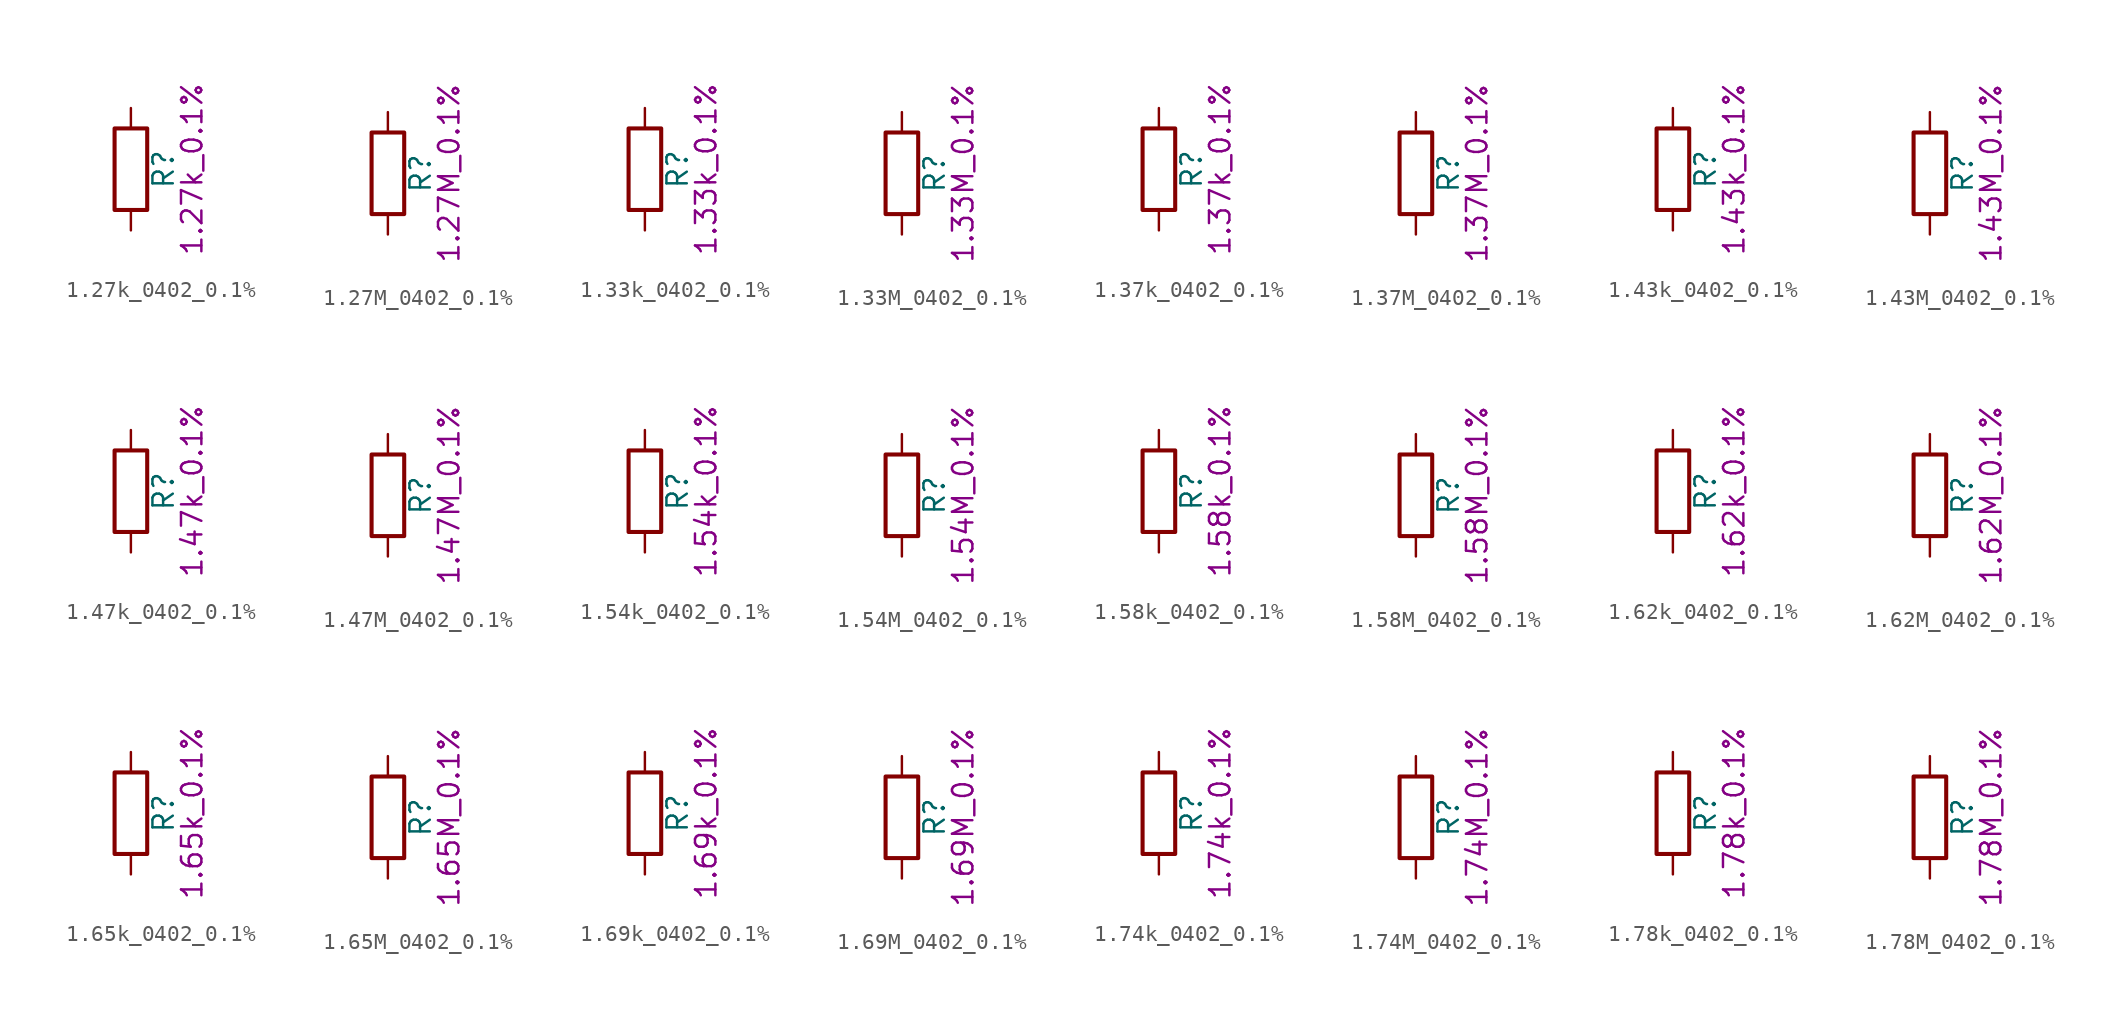
<source format=kicad_sym>
(kicad_symbol_lib
  (version 20211014)
  (generator kicad_symbol_editor)
  (symbol "1.27k_0402_0.1%"
    (pin_numbers hide)
    (pin_names
      (offset 0))
    (property "Reference" "R"
      (at 2.032 0 90)
      (effects (font (size 1.27 1.27))))
    (property "Display" "1.27k_0.1%"
      (at 3.81 0 90)
      (effects (font (size 1.27 1.27))))
    (symbol "1.27k_0402_0.1%_0_1"
      (rectangle (start -1.016 -2.54) (end 1.016 2.54) (stroke (width 0.254) (type default) (color 0 0 0 0)) (fill (type none))))
    (symbol "1.27k_0402_0.1%_1_1"
      (pin passive line (at 0 3.81 270) (length 1.27) (name "~" (effects (font (size 1.27 1.27)))) (number "1" (effects (font (size 1.27 1.27)))))
      (pin passive line (at 0 -3.81 90) (length 1.27) (name "~" (effects (font (size 1.27 1.27)))) (number "2" (effects (font (size 1.27 1.27)))))))
  (symbol "1.27M_0402_0.1%"
    (pin_numbers hide)
    (pin_names
      (offset 0))
    (property "Reference" "R"
      (at 2.032 0 90)
      (effects (font (size 1.27 1.27))))
    (property "Display" "1.27M_0.1%"
      (at 3.81 0 90)
      (effects (font (size 1.27 1.27))))
    (symbol "1.27M_0402_0.1%_0_1"
      (rectangle (start -1.016 -2.54) (end 1.016 2.54) (stroke (width 0.254) (type default) (color 0 0 0 0)) (fill (type none))))
    (symbol "1.27M_0402_0.1%_1_1"
      (pin passive line (at 0 3.81 270) (length 1.27) (name "~" (effects (font (size 1.27 1.27)))) (number "1" (effects (font (size 1.27 1.27)))))
      (pin passive line (at 0 -3.81 90) (length 1.27) (name "~" (effects (font (size 1.27 1.27)))) (number "2" (effects (font (size 1.27 1.27)))))))
  (symbol "1.33k_0402_0.1%"
    (pin_numbers hide)
    (pin_names
      (offset 0))
    (property "Reference" "R"
      (at 2.032 0 90)
      (effects (font (size 1.27 1.27))))
    (property "Display" "1.33k_0.1%"
      (at 3.81 0 90)
      (effects (font (size 1.27 1.27))))
    (symbol "1.33k_0402_0.1%_0_1"
      (rectangle (start -1.016 -2.54) (end 1.016 2.54) (stroke (width 0.254) (type default) (color 0 0 0 0)) (fill (type none))))
    (symbol "1.33k_0402_0.1%_1_1"
      (pin passive line (at 0 3.81 270) (length 1.27) (name "~" (effects (font (size 1.27 1.27)))) (number "1" (effects (font (size 1.27 1.27)))))
      (pin passive line (at 0 -3.81 90) (length 1.27) (name "~" (effects (font (size 1.27 1.27)))) (number "2" (effects (font (size 1.27 1.27)))))))
  (symbol "1.33M_0402_0.1%"
    (pin_numbers hide)
    (pin_names
      (offset 0))
    (property "Reference" "R"
      (at 2.032 0 90)
      (effects (font (size 1.27 1.27))))
    (property "Display" "1.33M_0.1%"
      (at 3.81 0 90)
      (effects (font (size 1.27 1.27))))
    (symbol "1.33M_0402_0.1%_0_1"
      (rectangle (start -1.016 -2.54) (end 1.016 2.54) (stroke (width 0.254) (type default) (color 0 0 0 0)) (fill (type none))))
    (symbol "1.33M_0402_0.1%_1_1"
      (pin passive line (at 0 3.81 270) (length 1.27) (name "~" (effects (font (size 1.27 1.27)))) (number "1" (effects (font (size 1.27 1.27)))))
      (pin passive line (at 0 -3.81 90) (length 1.27) (name "~" (effects (font (size 1.27 1.27)))) (number "2" (effects (font (size 1.27 1.27)))))))
  (symbol "1.37k_0402_0.1%"
    (pin_numbers hide)
    (pin_names
      (offset 0))
    (property "Reference" "R"
      (at 2.032 0 90)
      (effects (font (size 1.27 1.27))))
    (property "Display" "1.37k_0.1%"
      (at 3.81 0 90)
      (effects (font (size 1.27 1.27))))
    (symbol "1.37k_0402_0.1%_0_1"
      (rectangle (start -1.016 -2.54) (end 1.016 2.54) (stroke (width 0.254) (type default) (color 0 0 0 0)) (fill (type none))))
    (symbol "1.37k_0402_0.1%_1_1"
      (pin passive line (at 0 3.81 270) (length 1.27) (name "~" (effects (font (size 1.27 1.27)))) (number "1" (effects (font (size 1.27 1.27)))))
      (pin passive line (at 0 -3.81 90) (length 1.27) (name "~" (effects (font (size 1.27 1.27)))) (number "2" (effects (font (size 1.27 1.27)))))))
  (symbol "1.37M_0402_0.1%"
    (pin_numbers hide)
    (pin_names
      (offset 0))
    (property "Reference" "R"
      (at 2.032 0 90)
      (effects (font (size 1.27 1.27))))
    (property "Display" "1.37M_0.1%"
      (at 3.81 0 90)
      (effects (font (size 1.27 1.27))))
    (symbol "1.37M_0402_0.1%_0_1"
      (rectangle (start -1.016 -2.54) (end 1.016 2.54) (stroke (width 0.254) (type default) (color 0 0 0 0)) (fill (type none))))
    (symbol "1.37M_0402_0.1%_1_1"
      (pin passive line (at 0 3.81 270) (length 1.27) (name "~" (effects (font (size 1.27 1.27)))) (number "1" (effects (font (size 1.27 1.27)))))
      (pin passive line (at 0 -3.81 90) (length 1.27) (name "~" (effects (font (size 1.27 1.27)))) (number "2" (effects (font (size 1.27 1.27)))))))
  (symbol "1.43k_0402_0.1%"
    (pin_numbers hide)
    (pin_names
      (offset 0))
    (property "Reference" "R"
      (at 2.032 0 90)
      (effects (font (size 1.27 1.27))))
    (property "Display" "1.43k_0.1%"
      (at 3.81 0 90)
      (effects (font (size 1.27 1.27))))
    (symbol "1.43k_0402_0.1%_0_1"
      (rectangle (start -1.016 -2.54) (end 1.016 2.54) (stroke (width 0.254) (type default) (color 0 0 0 0)) (fill (type none))))
    (symbol "1.43k_0402_0.1%_1_1"
      (pin passive line (at 0 3.81 270) (length 1.27) (name "~" (effects (font (size 1.27 1.27)))) (number "1" (effects (font (size 1.27 1.27)))))
      (pin passive line (at 0 -3.81 90) (length 1.27) (name "~" (effects (font (size 1.27 1.27)))) (number "2" (effects (font (size 1.27 1.27)))))))
  (symbol "1.43M_0402_0.1%"
    (pin_numbers hide)
    (pin_names
      (offset 0))
    (property "Reference" "R"
      (at 2.032 0 90)
      (effects (font (size 1.27 1.27))))
    (property "Display" "1.43M_0.1%"
      (at 3.81 0 90)
      (effects (font (size 1.27 1.27))))
    (symbol "1.43M_0402_0.1%_0_1"
      (rectangle (start -1.016 -2.54) (end 1.016 2.54) (stroke (width 0.254) (type default) (color 0 0 0 0)) (fill (type none))))
    (symbol "1.43M_0402_0.1%_1_1"
      (pin passive line (at 0 3.81 270) (length 1.27) (name "~" (effects (font (size 1.27 1.27)))) (number "1" (effects (font (size 1.27 1.27)))))
      (pin passive line (at 0 -3.81 90) (length 1.27) (name "~" (effects (font (size 1.27 1.27)))) (number "2" (effects (font (size 1.27 1.27)))))))
  (symbol "1.47k_0402_0.1%"
    (pin_numbers hide)
    (pin_names
      (offset 0))
    (property "Reference" "R"
      (at 2.032 0 90)
      (effects (font (size 1.27 1.27))))
    (property "Display" "1.47k_0.1%"
      (at 3.81 0 90)
      (effects (font (size 1.27 1.27))))
    (symbol "1.47k_0402_0.1%_0_1"
      (rectangle (start -1.016 -2.54) (end 1.016 2.54) (stroke (width 0.254) (type default) (color 0 0 0 0)) (fill (type none))))
    (symbol "1.47k_0402_0.1%_1_1"
      (pin passive line (at 0 3.81 270) (length 1.27) (name "~" (effects (font (size 1.27 1.27)))) (number "1" (effects (font (size 1.27 1.27)))))
      (pin passive line (at 0 -3.81 90) (length 1.27) (name "~" (effects (font (size 1.27 1.27)))) (number "2" (effects (font (size 1.27 1.27)))))))
  (symbol "1.47M_0402_0.1%"
    (pin_numbers hide)
    (pin_names
      (offset 0))
    (property "Reference" "R"
      (at 2.032 0 90)
      (effects (font (size 1.27 1.27))))
    (property "Display" "1.47M_0.1%"
      (at 3.81 0 90)
      (effects (font (size 1.27 1.27))))
    (symbol "1.47M_0402_0.1%_0_1"
      (rectangle (start -1.016 -2.54) (end 1.016 2.54) (stroke (width 0.254) (type default) (color 0 0 0 0)) (fill (type none))))
    (symbol "1.47M_0402_0.1%_1_1"
      (pin passive line (at 0 3.81 270) (length 1.27) (name "~" (effects (font (size 1.27 1.27)))) (number "1" (effects (font (size 1.27 1.27)))))
      (pin passive line (at 0 -3.81 90) (length 1.27) (name "~" (effects (font (size 1.27 1.27)))) (number "2" (effects (font (size 1.27 1.27)))))))
  (symbol "1.54k_0402_0.1%"
    (pin_numbers hide)
    (pin_names
      (offset 0))
    (property "Reference" "R"
      (at 2.032 0 90)
      (effects (font (size 1.27 1.27))))
    (property "Display" "1.54k_0.1%"
      (at 3.81 0 90)
      (effects (font (size 1.27 1.27))))
    (symbol "1.54k_0402_0.1%_0_1"
      (rectangle (start -1.016 -2.54) (end 1.016 2.54) (stroke (width 0.254) (type default) (color 0 0 0 0)) (fill (type none))))
    (symbol "1.54k_0402_0.1%_1_1"
      (pin passive line (at 0 3.81 270) (length 1.27) (name "~" (effects (font (size 1.27 1.27)))) (number "1" (effects (font (size 1.27 1.27)))))
      (pin passive line (at 0 -3.81 90) (length 1.27) (name "~" (effects (font (size 1.27 1.27)))) (number "2" (effects (font (size 1.27 1.27)))))))
  (symbol "1.54M_0402_0.1%"
    (pin_numbers hide)
    (pin_names
      (offset 0))
    (property "Reference" "R"
      (at 2.032 0 90)
      (effects (font (size 1.27 1.27))))
    (property "Display" "1.54M_0.1%"
      (at 3.81 0 90)
      (effects (font (size 1.27 1.27))))
    (symbol "1.54M_0402_0.1%_0_1"
      (rectangle (start -1.016 -2.54) (end 1.016 2.54) (stroke (width 0.254) (type default) (color 0 0 0 0)) (fill (type none))))
    (symbol "1.54M_0402_0.1%_1_1"
      (pin passive line (at 0 3.81 270) (length 1.27) (name "~" (effects (font (size 1.27 1.27)))) (number "1" (effects (font (size 1.27 1.27)))))
      (pin passive line (at 0 -3.81 90) (length 1.27) (name "~" (effects (font (size 1.27 1.27)))) (number "2" (effects (font (size 1.27 1.27)))))))
  (symbol "1.58k_0402_0.1%"
    (pin_numbers hide)
    (pin_names
      (offset 0))
    (property "Reference" "R"
      (at 2.032 0 90)
      (effects (font (size 1.27 1.27))))
    (property "Display" "1.58k_0.1%"
      (at 3.81 0 90)
      (effects (font (size 1.27 1.27))))
    (symbol "1.58k_0402_0.1%_0_1"
      (rectangle (start -1.016 -2.54) (end 1.016 2.54) (stroke (width 0.254) (type default) (color 0 0 0 0)) (fill (type none))))
    (symbol "1.58k_0402_0.1%_1_1"
      (pin passive line (at 0 3.81 270) (length 1.27) (name "~" (effects (font (size 1.27 1.27)))) (number "1" (effects (font (size 1.27 1.27)))))
      (pin passive line (at 0 -3.81 90) (length 1.27) (name "~" (effects (font (size 1.27 1.27)))) (number "2" (effects (font (size 1.27 1.27)))))))
  (symbol "1.58M_0402_0.1%"
    (pin_numbers hide)
    (pin_names
      (offset 0))
    (property "Reference" "R"
      (at 2.032 0 90)
      (effects (font (size 1.27 1.27))))
    (property "Display" "1.58M_0.1%"
      (at 3.81 0 90)
      (effects (font (size 1.27 1.27))))
    (symbol "1.58M_0402_0.1%_0_1"
      (rectangle (start -1.016 -2.54) (end 1.016 2.54) (stroke (width 0.254) (type default) (color 0 0 0 0)) (fill (type none))))
    (symbol "1.58M_0402_0.1%_1_1"
      (pin passive line (at 0 3.81 270) (length 1.27) (name "~" (effects (font (size 1.27 1.27)))) (number "1" (effects (font (size 1.27 1.27)))))
      (pin passive line (at 0 -3.81 90) (length 1.27) (name "~" (effects (font (size 1.27 1.27)))) (number "2" (effects (font (size 1.27 1.27)))))))
  (symbol "1.62k_0402_0.1%"
    (pin_numbers hide)
    (pin_names
      (offset 0))
    (property "Reference" "R"
      (at 2.032 0 90)
      (effects (font (size 1.27 1.27))))
    (property "Display" "1.62k_0.1%"
      (at 3.81 0 90)
      (effects (font (size 1.27 1.27))))
    (symbol "1.62k_0402_0.1%_0_1"
      (rectangle (start -1.016 -2.54) (end 1.016 2.54) (stroke (width 0.254) (type default) (color 0 0 0 0)) (fill (type none))))
    (symbol "1.62k_0402_0.1%_1_1"
      (pin passive line (at 0 3.81 270) (length 1.27) (name "~" (effects (font (size 1.27 1.27)))) (number "1" (effects (font (size 1.27 1.27)))))
      (pin passive line (at 0 -3.81 90) (length 1.27) (name "~" (effects (font (size 1.27 1.27)))) (number "2" (effects (font (size 1.27 1.27)))))))
  (symbol "1.62M_0402_0.1%"
    (pin_numbers hide)
    (pin_names
      (offset 0))
    (property "Reference" "R"
      (at 2.032 0 90)
      (effects (font (size 1.27 1.27))))
    (property "Display" "1.62M_0.1%"
      (at 3.81 0 90)
      (effects (font (size 1.27 1.27))))
    (symbol "1.62M_0402_0.1%_0_1"
      (rectangle (start -1.016 -2.54) (end 1.016 2.54) (stroke (width 0.254) (type default) (color 0 0 0 0)) (fill (type none))))
    (symbol "1.62M_0402_0.1%_1_1"
      (pin passive line (at 0 3.81 270) (length 1.27) (name "~" (effects (font (size 1.27 1.27)))) (number "1" (effects (font (size 1.27 1.27)))))
      (pin passive line (at 0 -3.81 90) (length 1.27) (name "~" (effects (font (size 1.27 1.27)))) (number "2" (effects (font (size 1.27 1.27)))))))
  (symbol "1.65k_0402_0.1%"
    (pin_numbers hide)
    (pin_names
      (offset 0))
    (property "Reference" "R"
      (at 2.032 0 90)
      (effects (font (size 1.27 1.27))))
    (property "Display" "1.65k_0.1%"
      (at 3.81 0 90)
      (effects (font (size 1.27 1.27))))
    (symbol "1.65k_0402_0.1%_0_1"
      (rectangle (start -1.016 -2.54) (end 1.016 2.54) (stroke (width 0.254) (type default) (color 0 0 0 0)) (fill (type none))))
    (symbol "1.65k_0402_0.1%_1_1"
      (pin passive line (at 0 3.81 270) (length 1.27) (name "~" (effects (font (size 1.27 1.27)))) (number "1" (effects (font (size 1.27 1.27)))))
      (pin passive line (at 0 -3.81 90) (length 1.27) (name "~" (effects (font (size 1.27 1.27)))) (number "2" (effects (font (size 1.27 1.27)))))))
  (symbol "1.65M_0402_0.1%"
    (pin_numbers hide)
    (pin_names
      (offset 0))
    (property "Reference" "R"
      (at 2.032 0 90)
      (effects (font (size 1.27 1.27))))
    (property "Display" "1.65M_0.1%"
      (at 3.81 0 90)
      (effects (font (size 1.27 1.27))))
    (symbol "1.65M_0402_0.1%_0_1"
      (rectangle (start -1.016 -2.54) (end 1.016 2.54) (stroke (width 0.254) (type default) (color 0 0 0 0)) (fill (type none))))
    (symbol "1.65M_0402_0.1%_1_1"
      (pin passive line (at 0 3.81 270) (length 1.27) (name "~" (effects (font (size 1.27 1.27)))) (number "1" (effects (font (size 1.27 1.27)))))
      (pin passive line (at 0 -3.81 90) (length 1.27) (name "~" (effects (font (size 1.27 1.27)))) (number "2" (effects (font (size 1.27 1.27)))))))
  (symbol "1.69k_0402_0.1%"
    (pin_numbers hide)
    (pin_names
      (offset 0))
    (property "Reference" "R"
      (at 2.032 0 90)
      (effects (font (size 1.27 1.27))))
    (property "Display" "1.69k_0.1%"
      (at 3.81 0 90)
      (effects (font (size 1.27 1.27))))
    (symbol "1.69k_0402_0.1%_0_1"
      (rectangle (start -1.016 -2.54) (end 1.016 2.54) (stroke (width 0.254) (type default) (color 0 0 0 0)) (fill (type none))))
    (symbol "1.69k_0402_0.1%_1_1"
      (pin passive line (at 0 3.81 270) (length 1.27) (name "~" (effects (font (size 1.27 1.27)))) (number "1" (effects (font (size 1.27 1.27)))))
      (pin passive line (at 0 -3.81 90) (length 1.27) (name "~" (effects (font (size 1.27 1.27)))) (number "2" (effects (font (size 1.27 1.27)))))))
  (symbol "1.69M_0402_0.1%"
    (pin_numbers hide)
    (pin_names
      (offset 0))
    (property "Reference" "R"
      (at 2.032 0 90)
      (effects (font (size 1.27 1.27))))
    (property "Display" "1.69M_0.1%"
      (at 3.81 0 90)
      (effects (font (size 1.27 1.27))))
    (symbol "1.69M_0402_0.1%_0_1"
      (rectangle (start -1.016 -2.54) (end 1.016 2.54) (stroke (width 0.254) (type default) (color 0 0 0 0)) (fill (type none))))
    (symbol "1.69M_0402_0.1%_1_1"
      (pin passive line (at 0 3.81 270) (length 1.27) (name "~" (effects (font (size 1.27 1.27)))) (number "1" (effects (font (size 1.27 1.27)))))
      (pin passive line (at 0 -3.81 90) (length 1.27) (name "~" (effects (font (size 1.27 1.27)))) (number "2" (effects (font (size 1.27 1.27)))))))
  (symbol "1.74k_0402_0.1%"
    (pin_numbers hide)
    (pin_names
      (offset 0))
    (property "Reference" "R"
      (at 2.032 0 90)
      (effects (font (size 1.27 1.27))))
    (property "Display" "1.74k_0.1%"
      (at 3.81 0 90)
      (effects (font (size 1.27 1.27))))
    (symbol "1.74k_0402_0.1%_0_1"
      (rectangle (start -1.016 -2.54) (end 1.016 2.54) (stroke (width 0.254) (type default) (color 0 0 0 0)) (fill (type none))))
    (symbol "1.74k_0402_0.1%_1_1"
      (pin passive line (at 0 3.81 270) (length 1.27) (name "~" (effects (font (size 1.27 1.27)))) (number "1" (effects (font (size 1.27 1.27)))))
      (pin passive line (at 0 -3.81 90) (length 1.27) (name "~" (effects (font (size 1.27 1.27)))) (number "2" (effects (font (size 1.27 1.27)))))))
  (symbol "1.74M_0402_0.1%"
    (pin_numbers hide)
    (pin_names
      (offset 0))
    (property "Reference" "R"
      (at 2.032 0 90)
      (effects (font (size 1.27 1.27))))
    (property "Display" "1.74M_0.1%"
      (at 3.81 0 90)
      (effects (font (size 1.27 1.27))))
    (symbol "1.74M_0402_0.1%_0_1"
      (rectangle (start -1.016 -2.54) (end 1.016 2.54) (stroke (width 0.254) (type default) (color 0 0 0 0)) (fill (type none))))
    (symbol "1.74M_0402_0.1%_1_1"
      (pin passive line (at 0 3.81 270) (length 1.27) (name "~" (effects (font (size 1.27 1.27)))) (number "1" (effects (font (size 1.27 1.27)))))
      (pin passive line (at 0 -3.81 90) (length 1.27) (name "~" (effects (font (size 1.27 1.27)))) (number "2" (effects (font (size 1.27 1.27)))))))
  (symbol "1.78k_0402_0.1%"
    (pin_numbers hide)
    (pin_names
      (offset 0))
    (property "Reference" "R"
      (at 2.032 0 90)
      (effects (font (size 1.27 1.27))))
    (property "Display" "1.78k_0.1%"
      (at 3.81 0 90)
      (effects (font (size 1.27 1.27))))
    (symbol "1.78k_0402_0.1%_0_1"
      (rectangle (start -1.016 -2.54) (end 1.016 2.54) (stroke (width 0.254) (type default) (color 0 0 0 0)) (fill (type none))))
    (symbol "1.78k_0402_0.1%_1_1"
      (pin passive line (at 0 3.81 270) (length 1.27) (name "~" (effects (font (size 1.27 1.27)))) (number "1" (effects (font (size 1.27 1.27)))))
      (pin passive line (at 0 -3.81 90) (length 1.27) (name "~" (effects (font (size 1.27 1.27)))) (number "2" (effects (font (size 1.27 1.27)))))))
  (symbol "1.78M_0402_0.1%"
    (pin_numbers hide)
    (pin_names
      (offset 0))
    (property "Reference" "R"
      (at 2.032 0 90)
      (effects (font (size 1.27 1.27))))
    (property "Display" "1.78M_0.1%"
      (at 3.81 0 90)
      (effects (font (size 1.27 1.27))))
    (symbol "1.78M_0402_0.1%_0_1"
      (rectangle (start -1.016 -2.54) (end 1.016 2.54) (stroke (width 0.254) (type default) (color 0 0 0 0)) (fill (type none))))
    (symbol "1.78M_0402_0.1%_1_1"
      (pin passive line (at 0 3.81 270) (length 1.27) (name "~" (effects (font (size 1.27 1.27)))) (number "1" (effects (font (size 1.27 1.27)))))
      (pin passive line (at 0 -3.81 90) (length 1.27) (name "~" (effects (font (size 1.27 1.27)))) (number "2" (effects (font (size 1.27 1.27))))))))
</source>
